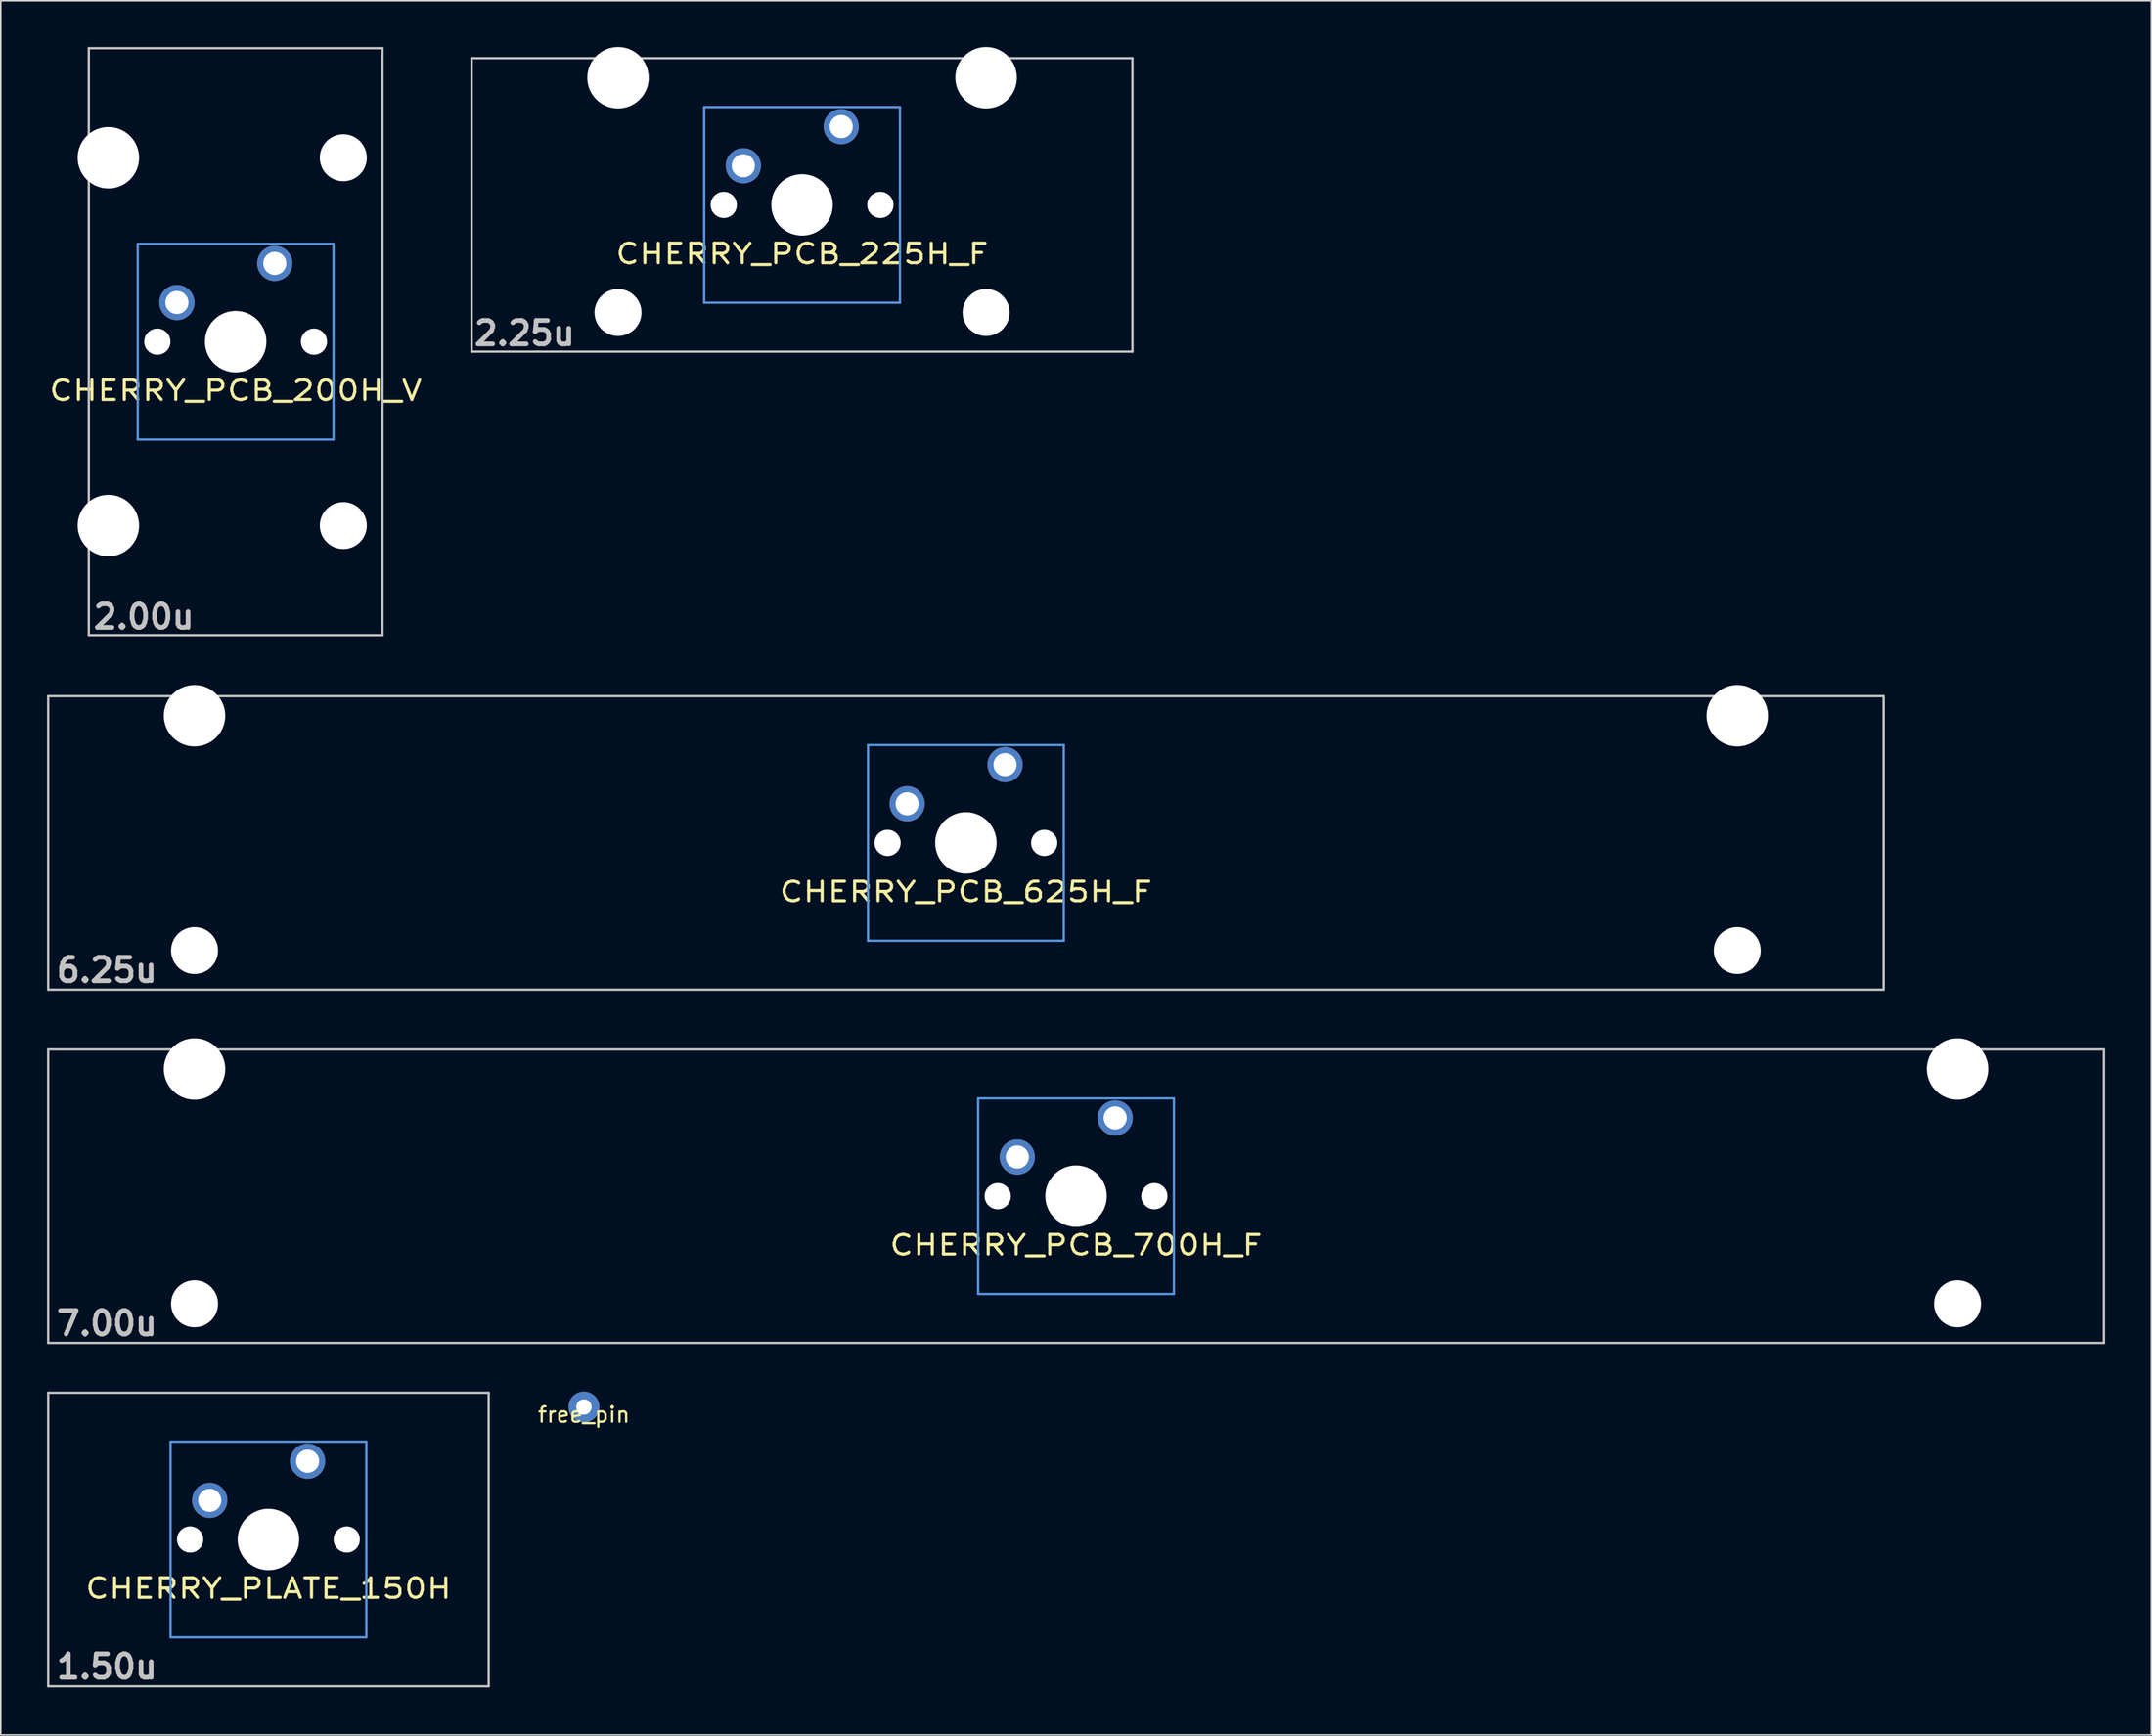
<source format=kicad_pcb>
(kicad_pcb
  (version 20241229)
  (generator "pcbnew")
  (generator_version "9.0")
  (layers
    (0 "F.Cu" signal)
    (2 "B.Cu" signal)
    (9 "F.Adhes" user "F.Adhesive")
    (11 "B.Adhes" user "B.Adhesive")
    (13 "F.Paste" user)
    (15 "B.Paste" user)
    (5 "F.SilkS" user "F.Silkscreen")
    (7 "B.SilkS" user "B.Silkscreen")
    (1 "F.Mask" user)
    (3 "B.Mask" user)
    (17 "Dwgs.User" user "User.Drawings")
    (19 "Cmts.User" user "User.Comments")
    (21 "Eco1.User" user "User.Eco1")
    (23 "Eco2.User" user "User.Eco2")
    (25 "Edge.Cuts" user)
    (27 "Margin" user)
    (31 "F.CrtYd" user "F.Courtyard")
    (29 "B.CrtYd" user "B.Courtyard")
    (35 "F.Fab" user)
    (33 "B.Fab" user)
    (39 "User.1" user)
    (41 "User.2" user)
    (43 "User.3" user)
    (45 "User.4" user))
  (footprint "CHERRY_PCB_200H_V"
    (layer "F.Cu")
    (at 12.236 19.126)
    (property "Reference" "CHERRY_PCB_200H_V" (at 0 3.175 0) (layer "F.SilkS") (effects (font (size 1.27 1.524) (thickness 0.203))))
    (attr through_hole)
    (fp_line (start -9.525 -19.05) (end -9.525 19.05) (stroke (width 0.152) (type solid)) (layer "Dwgs.User"))
    (fp_line (start -9.525 19.05) (end 9.525 19.05) (stroke (width 0.152) (type solid)) (layer "Dwgs.User"))
    (fp_line (start 9.525 -19.05) (end -9.525 -19.05) (stroke (width 0.152) (type solid)) (layer "Dwgs.User"))
    (fp_line (start 9.525 19.05) (end 9.525 -19.05) (stroke (width 0.152) (type solid)) (layer "Dwgs.User"))
    (fp_line (start -6.35 -6.35) (end 6.35 -6.35) (stroke (width 0.152) (type solid)) (layer "Cmts.User"))
    (fp_line (start -6.35 6.35) (end -6.35 -6.35) (stroke (width 0.152) (type solid)) (layer "Cmts.User"))
    (fp_line (start 6.35 -6.35) (end 6.35 6.35) (stroke (width 0.152) (type solid)) (layer "Cmts.User"))
    (fp_line (start 6.35 6.35) (end -6.35 6.35) (stroke (width 0.152) (type solid)) (layer "Cmts.User"))
    (fp_text user "2.00u" (at -5.953 17.859 0) (layer "Dwgs.User") (effects (font (size 1.524 1.524) (thickness 0.305))))
    (pad "" np_thru_hole circle (at -8.255 -11.938 270) (size 3.988 3.988) (drill 3.988) (layers "*.Cu" "*.Mask"))
    (pad "" np_thru_hole circle (at -8.255 11.938 270) (size 3.988 3.988) (drill 3.988) (layers "*.Cu" "*.Mask"))
    (pad "" np_thru_hole circle (at -5.08 0) (size 1.702 1.702) (drill 1.702) (layers "*.Cu" "*.Mask"))
    (pad "" np_thru_hole circle (at 0 0) (size 3.988 3.988) (drill 3.988) (layers "*.Cu" "*.Mask"))
    (pad "" np_thru_hole circle (at 5.08 0) (size 1.702 1.702) (drill 1.702) (layers "*.Cu" "*.Mask"))
    (pad "" np_thru_hole circle (at 6.985 -11.938 270) (size 3.048 3.048) (drill 3.048) (layers "*.Cu" "*.Mask"))
    (pad "" np_thru_hole circle (at 6.985 11.938 270) (size 3.048 3.048) (drill 3.048) (layers "*.Cu" "*.Mask"))
    (pad "1" thru_hole circle (at 2.54 -5.08) (size 2.286 2.286) (drill 1.499) (layers "*.Cu" "B.Mask"))
    (pad "2" thru_hole circle (at -3.81 -2.54) (size 2.286 2.286) (drill 1.499) (layers "*.Cu" "B.Mask")))
  (footprint "CHERRY_PLATE_150H"
    (layer "F.Cu")
    (at 14.364 96.874)
    (property "Reference" "CHERRY_PLATE_150H" (at 0 3.175 0) (layer "F.SilkS") (effects (font (size 1.27 1.524) (thickness 0.203))))
    (attr through_hole)
    (fp_line (start -14.287 -9.525) (end 14.287 -9.525) (stroke (width 0.152) (type solid)) (layer "Dwgs.User"))
    (fp_line (start -14.287 9.525) (end -14.287 -9.525) (stroke (width 0.152) (type solid)) (layer "Dwgs.User"))
    (fp_line (start 14.287 -9.525) (end 14.287 9.525) (stroke (width 0.152) (type solid)) (layer "Dwgs.User"))
    (fp_line (start 14.287 9.525) (end -14.287 9.525) (stroke (width 0.152) (type solid)) (layer "Dwgs.User"))
    (fp_line (start -6.35 -6.35) (end 6.35 -6.35) (stroke (width 0.152) (type solid)) (layer "Cmts.User"))
    (fp_line (start -6.35 6.35) (end -6.35 -6.35) (stroke (width 0.152) (type solid)) (layer "Cmts.User"))
    (fp_line (start 6.35 -6.35) (end 6.35 6.35) (stroke (width 0.152) (type solid)) (layer "Cmts.User"))
    (fp_line (start 6.35 6.35) (end -6.35 6.35) (stroke (width 0.152) (type solid)) (layer "Cmts.User"))
    (fp_text user "1.50u" (at -10.477 8.255 0) (layer "Dwgs.User") (effects (font (size 1.524 1.524) (thickness 0.305))))
    (pad "" np_thru_hole circle (at -5.08 0) (size 1.702 1.702) (drill 1.702) (layers "*.Cu" "*.Mask"))
    (pad "" np_thru_hole circle (at 0 0) (size 3.988 3.988) (drill 3.988) (layers "*.Cu" "*.Mask"))
    (pad "" np_thru_hole circle (at 5.08 0) (size 1.702 1.702) (drill 1.702) (layers "*.Cu" "*.Mask"))
    (pad "1" thru_hole circle (at 2.54 -5.08) (size 2.286 2.286) (drill 1.499) (layers "*.Cu" "B.Mask"))
    (pad "2" thru_hole circle (at -3.81 -2.54) (size 2.286 2.286) (drill 1.499) (layers "*.Cu" "B.Mask")))
  (footprint "CHERRY_PCB_700H_F"
    (layer "F.Cu")
    (at 66.751 74.591)
    (property "Reference" "CHERRY_PCB_700H_F" (at 0 3.175 0) (layer "F.SilkS") (effects (font (size 1.27 1.524) (thickness 0.203))))
    (attr through_hole)
    (fp_line (start -66.675 -9.525) (end 66.675 -9.525) (stroke (width 0.152) (type solid)) (layer "Dwgs.User"))
    (fp_line (start -66.675 9.525) (end -66.675 -9.525) (stroke (width 0.152) (type solid)) (layer "Dwgs.User"))
    (fp_line (start 66.675 -9.525) (end 66.675 9.525) (stroke (width 0.152) (type solid)) (layer "Dwgs.User"))
    (fp_line (start 66.675 9.525) (end -66.675 9.525) (stroke (width 0.152) (type solid)) (layer "Dwgs.User"))
    (fp_line (start -6.35 -6.35) (end 6.35 -6.35) (stroke (width 0.152) (type solid)) (layer "Cmts.User"))
    (fp_line (start -6.35 6.35) (end -6.35 -6.35) (stroke (width 0.152) (type solid)) (layer "Cmts.User"))
    (fp_line (start 6.35 -6.35) (end 6.35 6.35) (stroke (width 0.152) (type solid)) (layer "Cmts.User"))
    (fp_line (start 6.35 6.35) (end -6.35 6.35) (stroke (width 0.152) (type solid)) (layer "Cmts.User"))
    (fp_text user "7.00u" (at -62.866 8.255 0) (layer "Dwgs.User") (effects (font (size 1.524 1.524) (thickness 0.305))))
    (pad "" np_thru_hole circle (at -57.182 -8.255) (size 3.988 3.988) (drill 3.988) (layers "*.Cu" "*.Mask"))
    (pad "" np_thru_hole circle (at -57.182 6.985) (size 3.048 3.048) (drill 3.048) (layers "*.Cu" "*.Mask"))
    (pad "" np_thru_hole circle (at -5.08 0) (size 1.702 1.702) (drill 1.702) (layers "*.Cu" "*.Mask"))
    (pad "" np_thru_hole circle (at 0 0) (size 3.988 3.988) (drill 3.988) (layers "*.Cu" "*.Mask"))
    (pad "" np_thru_hole circle (at 5.08 0) (size 1.702 1.702) (drill 1.702) (layers "*.Cu" "*.Mask"))
    (pad "" np_thru_hole circle (at 57.182 -8.255) (size 3.988 3.988) (drill 3.988) (layers "*.Cu" "*.Mask"))
    (pad "" np_thru_hole circle (at 57.182 6.985) (size 3.048 3.048) (drill 3.048) (layers "*.Cu" "*.Mask"))
    (pad "1" thru_hole circle (at 2.54 -5.08) (size 2.286 2.286) (drill 1.499) (layers "*.Cu" "B.Mask"))
    (pad "2" thru_hole circle (at -3.81 -2.54) (size 2.286 2.286) (drill 1.499) (layers "*.Cu" "B.Mask")))
  (footprint "free_pin"
    (layer "F.Cu")
    (at 34.829 88.273)
    (property "Reference" "free_pin" (at 0 0.5 180) (layer "F.SilkS") (effects (font (size 1 1) (thickness 0.15))))
    (attr through_hole)
    (pad "1" thru_hole circle (at 0 0 180) (size 2 2) (drill 1) (layers "*.Cu" "*.Mask")))
  (footprint "CHERRY_PCB_625H_F"
    (layer "F.Cu")
    (at 59.607 51.661)
    (property "Reference" "CHERRY_PCB_625H_F" (at 0 3.175 0) (layer "F.SilkS") (effects (font (size 1.27 1.524) (thickness 0.203))))
    (attr through_hole)
    (fp_line (start -59.531 -9.525) (end 59.531 -9.525) (stroke (width 0.152) (type solid)) (layer "Dwgs.User"))
    (fp_line (start -59.531 9.525) (end -59.531 -9.525) (stroke (width 0.152) (type solid)) (layer "Dwgs.User"))
    (fp_line (start 59.531 -9.525) (end 59.531 9.525) (stroke (width 0.152) (type solid)) (layer "Dwgs.User"))
    (fp_line (start 59.531 9.525) (end -59.531 9.525) (stroke (width 0.152) (type solid)) (layer "Dwgs.User"))
    (fp_line (start -6.35 -6.35) (end 6.35 -6.35) (stroke (width 0.152) (type solid)) (layer "Cmts.User"))
    (fp_line (start -6.35 6.35) (end -6.35 -6.35) (stroke (width 0.152) (type solid)) (layer "Cmts.User"))
    (fp_line (start 6.35 -6.35) (end 6.35 6.35) (stroke (width 0.152) (type solid)) (layer "Cmts.User"))
    (fp_line (start 6.35 6.35) (end -6.35 6.35) (stroke (width 0.152) (type solid)) (layer "Cmts.User"))
    (fp_text user "6.25u" (at -55.723 8.255 0) (layer "Dwgs.User") (effects (font (size 1.524 1.524) (thickness 0.305))))
    (pad "" np_thru_hole circle (at -50.038 -8.255) (size 3.988 3.988) (drill 3.988) (layers "*.Cu" "*.Mask"))
    (pad "" np_thru_hole circle (at -50.038 6.985) (size 3.048 3.048) (drill 3.048) (layers "*.Cu" "*.Mask"))
    (pad "" np_thru_hole circle (at -5.08 0) (size 1.702 1.702) (drill 1.702) (layers "*.Cu" "*.Mask"))
    (pad "" np_thru_hole circle (at 0 0) (size 3.988 3.988) (drill 3.988) (layers "*.Cu" "*.Mask"))
    (pad "" np_thru_hole circle (at 5.08 0) (size 1.702 1.702) (drill 1.702) (layers "*.Cu" "*.Mask"))
    (pad "" np_thru_hole circle (at 50.038 -8.255) (size 3.988 3.988) (drill 3.988) (layers "*.Cu" "*.Mask"))
    (pad "" np_thru_hole circle (at 50.038 6.985) (size 3.048 3.048) (drill 3.048) (layers "*.Cu" "*.Mask"))
    (pad "1" thru_hole circle (at 2.54 -5.08) (size 2.286 2.286) (drill 1.499) (layers "*.Cu" "B.Mask"))
    (pad "2" thru_hole circle (at -3.81 -2.54) (size 2.286 2.286) (drill 1.499) (layers "*.Cu" "B.Mask")))
  (footprint "CHERRY_PCB_225H_F"
    (layer "F.Cu")
    (at 48.979 10.249)
    (property "Reference" "CHERRY_PCB_225H_F" (at 0 3.175 0) (layer "F.SilkS") (effects (font (size 1.27 1.524) (thickness 0.203))))
    (attr through_hole)
    (fp_line (start -21.431 -9.525) (end 21.431 -9.525) (stroke (width 0.152) (type solid)) (layer "Dwgs.User"))
    (fp_line (start -21.431 9.525) (end -21.431 -9.525) (stroke (width 0.152) (type solid)) (layer "Dwgs.User"))
    (fp_line (start 21.431 -9.525) (end 21.431 9.525) (stroke (width 0.152) (type solid)) (layer "Dwgs.User"))
    (fp_line (start 21.431 9.525) (end -21.431 9.525) (stroke (width 0.152) (type solid)) (layer "Dwgs.User"))
    (fp_line (start -6.35 -6.35) (end 6.35 -6.35) (stroke (width 0.152) (type solid)) (layer "Cmts.User"))
    (fp_line (start -6.35 6.35) (end -6.35 -6.35) (stroke (width 0.152) (type solid)) (layer "Cmts.User"))
    (fp_line (start 6.35 -6.35) (end 6.35 6.35) (stroke (width 0.152) (type solid)) (layer "Cmts.User"))
    (fp_line (start 6.35 6.35) (end -6.35 6.35) (stroke (width 0.152) (type solid)) (layer "Cmts.User"))
    (fp_text user "2.25u" (at -21.431 8.334 0) (layer "Dwgs.User") (effects (font (size 1.524 1.524) (thickness 0.305)) (justify left)))
    (pad "" np_thru_hole circle (at -11.938 -8.255) (size 3.988 3.988) (drill 3.988) (layers "*.Cu" "*.Mask"))
    (pad "" np_thru_hole circle (at -11.938 6.985) (size 3.048 3.048) (drill 3.048) (layers "*.Cu" "*.Mask"))
    (pad "" np_thru_hole circle (at -5.08 0) (size 1.702 1.702) (drill 1.702) (layers "*.Cu" "*.Mask"))
    (pad "" np_thru_hole circle (at 0 0) (size 3.988 3.988) (drill 3.988) (layers "*.Cu" "*.Mask"))
    (pad "" np_thru_hole circle (at 5.08 0) (size 1.702 1.702) (drill 1.702) (layers "*.Cu" "*.Mask"))
    (pad "" np_thru_hole circle (at 11.938 -8.255) (size 3.988 3.988) (drill 3.988) (layers "*.Cu" "*.Mask"))
    (pad "" np_thru_hole circle (at 11.938 6.985) (size 3.048 3.048) (drill 3.048) (layers "*.Cu" "*.Mask"))
    (pad "1" thru_hole circle (at 2.54 -5.08) (size 2.286 2.286) (drill 1.499) (layers "*.Cu" "B.Mask"))
    (pad "2" thru_hole circle (at -3.81 -2.54) (size 2.286 2.286) (drill 1.499) (layers "*.Cu" "B.Mask")))
  (gr_rect
    (start -3 -3)
    (end 136.502 109.556)
    (stroke (width 0.1) (type default))
    (fill no)
    (layer "Edge.Cuts")))
</source>
